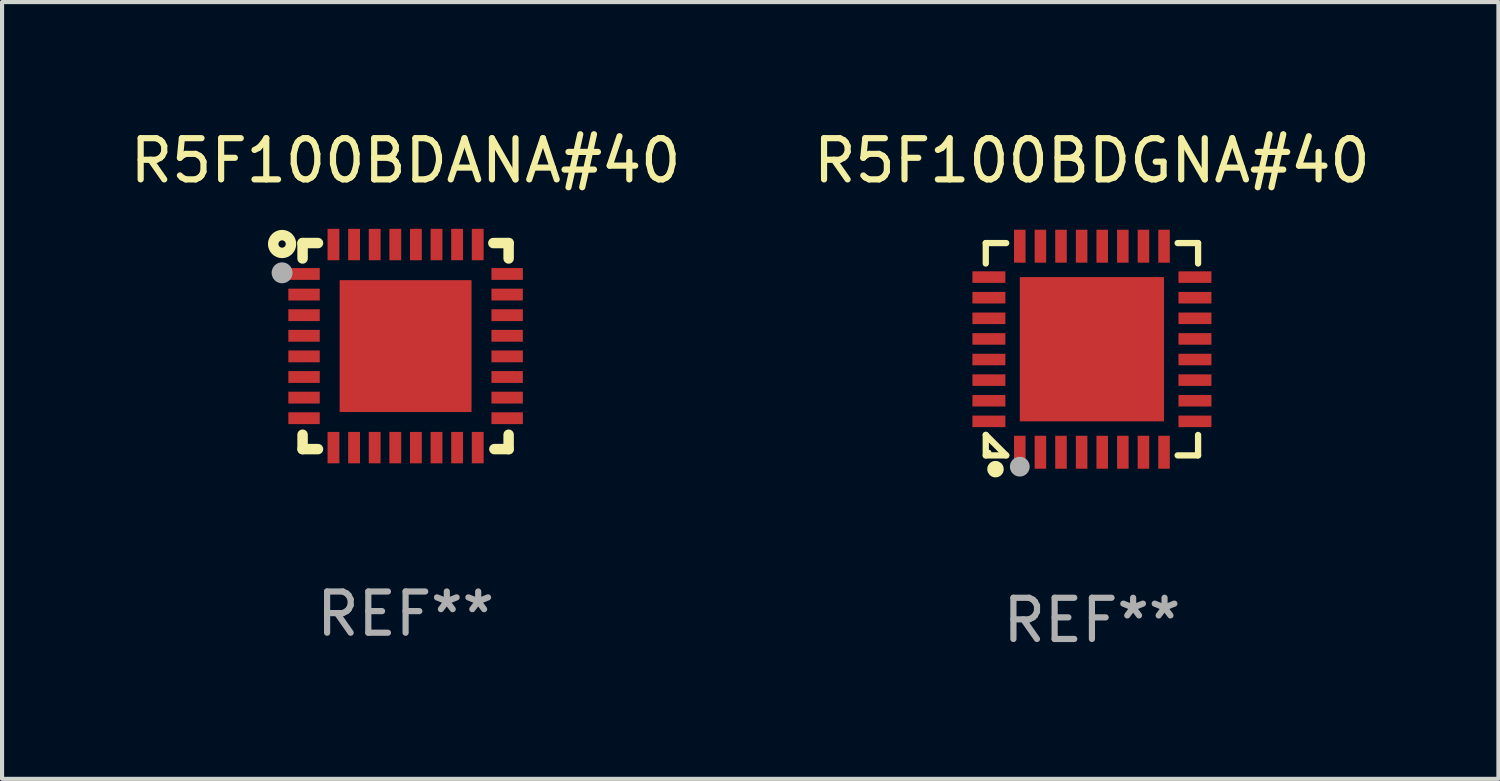
<source format=kicad_pcb>
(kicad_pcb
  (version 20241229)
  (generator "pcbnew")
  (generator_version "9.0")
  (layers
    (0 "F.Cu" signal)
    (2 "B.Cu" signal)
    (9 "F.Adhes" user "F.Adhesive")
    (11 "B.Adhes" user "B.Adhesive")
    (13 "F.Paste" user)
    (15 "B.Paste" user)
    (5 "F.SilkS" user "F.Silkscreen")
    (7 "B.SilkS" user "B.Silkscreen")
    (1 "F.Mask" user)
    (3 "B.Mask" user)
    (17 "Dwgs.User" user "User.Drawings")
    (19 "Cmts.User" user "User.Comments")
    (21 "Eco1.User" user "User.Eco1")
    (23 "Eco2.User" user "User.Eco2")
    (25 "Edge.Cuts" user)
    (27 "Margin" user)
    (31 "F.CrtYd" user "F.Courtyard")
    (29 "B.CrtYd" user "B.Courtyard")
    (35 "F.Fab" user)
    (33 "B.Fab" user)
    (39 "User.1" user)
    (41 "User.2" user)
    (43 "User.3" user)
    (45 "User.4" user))
  (footprint "R5F100BDGNA#40"
    (layer "F.Cu")
    (at 23.446 5.424)
    (property "Reference" "R5F100BDGNA#40" (at 0 -4.576 0) (layer "F.SilkS") (effects (font (size 1 1) (thickness 0.15))))
    (attr through_hole)
    (fp_line (start -2.576 -2.576) (end -2.08 -2.576) (stroke (width 0.152) (type solid)) (layer "F.SilkS"))
    (fp_line (start -2.576 -2.08) (end -2.576 -2.576) (stroke (width 0.152) (type solid)) (layer "F.SilkS"))
    (fp_line (start -2.576 2.08) (end -2.576 2.576) (stroke (width 0.152) (type solid)) (layer "F.SilkS"))
    (fp_line (start -2.576 2.08) (end -2.08 2.576) (stroke (width 0.152) (type solid)) (layer "F.SilkS"))
    (fp_line (start -2.576 2.576) (end -2.08 2.576) (stroke (width 0.152) (type solid)) (layer "F.SilkS"))
    (fp_line (start 2.576 -2.576) (end 2.08 -2.576) (stroke (width 0.152) (type solid)) (layer "F.SilkS"))
    (fp_line (start 2.576 -2.08) (end 2.576 -2.576) (stroke (width 0.152) (type solid)) (layer "F.SilkS"))
    (fp_line (start 2.576 2.08) (end 2.576 2.576) (stroke (width 0.152) (type solid)) (layer "F.SilkS"))
    (fp_line (start 2.576 2.576) (end 2.08 2.576) (stroke (width 0.152) (type solid)) (layer "F.SilkS"))
    (fp_circle (center -2.5 2.5) (end -2.47 2.5) (stroke (width 0.06) (type solid)) (fill no) (layer "F.SilkS"))
    (fp_circle (center -2.34 2.91) (end -2.24 2.91) (stroke (width 0.2) (type solid)) (fill no) (layer "F.SilkS"))
    (fp_circle (center -1.75 2.85) (end -1.63 2.85) (stroke (width 0.24) (type solid)) (fill no) (layer "F.Fab"))
    (fp_text user "REF**" (at 0 6.576 0) (layer "F.Fab") (effects (font (size 1 1) (thickness 0.15))))
    (pad "1" smd rect (at -1.75 2.5) (size 0.28 0.8) (layers "F.Cu" "F.Mask" "F.Paste"))
    (pad "2" smd rect (at -1.25 2.5) (size 0.28 0.8) (layers "F.Cu" "F.Mask" "F.Paste"))
    (pad "3" smd rect (at -0.75 2.5) (size 0.28 0.8) (layers "F.Cu" "F.Mask" "F.Paste"))
    (pad "4" smd rect (at -0.25 2.5) (size 0.28 0.8) (layers "F.Cu" "F.Mask" "F.Paste"))
    (pad "5" smd rect (at 0.25 2.5) (size 0.28 0.8) (layers "F.Cu" "F.Mask" "F.Paste"))
    (pad "6" smd rect (at 0.75 2.5) (size 0.28 0.8) (layers "F.Cu" "F.Mask" "F.Paste"))
    (pad "7" smd rect (at 1.25 2.5) (size 0.28 0.8) (layers "F.Cu" "F.Mask" "F.Paste"))
    (pad "8" smd rect (at 1.75 2.5) (size 0.28 0.8) (layers "F.Cu" "F.Mask" "F.Paste"))
    (pad "9" smd rect (at 2.5 1.75) (size 0.8 0.28) (layers "F.Cu" "F.Mask" "F.Paste"))
    (pad "10" smd rect (at 2.5 1.25) (size 0.8 0.28) (layers "F.Cu" "F.Mask" "F.Paste"))
    (pad "11" smd rect (at 2.5 0.75) (size 0.8 0.28) (layers "F.Cu" "F.Mask" "F.Paste"))
    (pad "12" smd rect (at 2.5 0.25) (size 0.8 0.28) (layers "F.Cu" "F.Mask" "F.Paste"))
    (pad "13" smd rect (at 2.5 -0.25) (size 0.8 0.28) (layers "F.Cu" "F.Mask" "F.Paste"))
    (pad "14" smd rect (at 2.5 -0.75) (size 0.8 0.28) (layers "F.Cu" "F.Mask" "F.Paste"))
    (pad "15" smd rect (at 2.5 -1.25) (size 0.8 0.28) (layers "F.Cu" "F.Mask" "F.Paste"))
    (pad "16" smd rect (at 2.5 -1.75) (size 0.8 0.28) (layers "F.Cu" "F.Mask" "F.Paste"))
    (pad "17" smd rect (at 1.75 -2.5) (size 0.28 0.8) (layers "F.Cu" "F.Mask" "F.Paste"))
    (pad "18" smd rect (at 1.25 -2.5) (size 0.28 0.8) (layers "F.Cu" "F.Mask" "F.Paste"))
    (pad "19" smd rect (at 0.75 -2.5) (size 0.28 0.8) (layers "F.Cu" "F.Mask" "F.Paste"))
    (pad "20" smd rect (at 0.25 -2.5) (size 0.28 0.8) (layers "F.Cu" "F.Mask" "F.Paste"))
    (pad "21" smd rect (at -0.25 -2.5) (size 0.28 0.8) (layers "F.Cu" "F.Mask" "F.Paste"))
    (pad "22" smd rect (at -0.75 -2.5) (size 0.28 0.8) (layers "F.Cu" "F.Mask" "F.Paste"))
    (pad "23" smd rect (at -1.25 -2.5) (size 0.28 0.8) (layers "F.Cu" "F.Mask" "F.Paste"))
    (pad "24" smd rect (at -1.75 -2.5) (size 0.28 0.8) (layers "F.Cu" "F.Mask" "F.Paste"))
    (pad "25" smd rect (at -2.5 -1.75) (size 0.8 0.28) (layers "F.Cu" "F.Mask" "F.Paste"))
    (pad "26" smd rect (at -2.5 -1.25) (size 0.8 0.28) (layers "F.Cu" "F.Mask" "F.Paste"))
    (pad "27" smd rect (at -2.5 -0.75) (size 0.8 0.28) (layers "F.Cu" "F.Mask" "F.Paste"))
    (pad "28" smd rect (at -2.5 -0.25) (size 0.8 0.28) (layers "F.Cu" "F.Mask" "F.Paste"))
    (pad "29" smd rect (at -2.5 0.25) (size 0.8 0.28) (layers "F.Cu" "F.Mask" "F.Paste"))
    (pad "30" smd rect (at -2.5 0.75) (size 0.8 0.28) (layers "F.Cu" "F.Mask" "F.Paste"))
    (pad "31" smd rect (at -2.5 1.25) (size 0.8 0.28) (layers "F.Cu" "F.Mask" "F.Paste"))
    (pad "32" smd rect (at -2.5 1.75) (size 0.8 0.28) (layers "F.Cu" "F.Mask" "F.Paste"))
    (pad "33" smd rect (at 0 0) (size 3.5 3.5) (layers "F.Cu" "F.Mask" "F.Paste")))
  (footprint "R5F100BDANA#40"
    (layer "F.Cu")
    (at 6.792 5.348)
    (property "Reference" "R5F100BDANA#40" (at 0 -4.5 0) (layer "F.SilkS") (effects (font (size 1 1) (thickness 0.15))))
    (attr through_hole)
    (fp_line (start -2.5 -2.5) (end -2.5 -2.126) (stroke (width 0.254) (type solid)) (layer "F.SilkS"))
    (fp_line (start -2.5 -2.5) (end -2.126 -2.5) (stroke (width 0.254) (type solid)) (layer "F.SilkS"))
    (fp_line (start -2.5 2.151) (end -2.5 2.5) (stroke (width 0.254) (type solid)) (layer "F.SilkS"))
    (fp_line (start -2.126 2.5) (end -2.5 2.5) (stroke (width 0.254) (type solid)) (layer "F.SilkS"))
    (fp_line (start 2.129 -2.5) (end 2.5 -2.5) (stroke (width 0.254) (type solid)) (layer "F.SilkS"))
    (fp_line (start 2.5 -2.5) (end 2.5 -2.126) (stroke (width 0.254) (type solid)) (layer "F.SilkS"))
    (fp_line (start 2.5 2.151) (end 2.5 2.5) (stroke (width 0.254) (type solid)) (layer "F.SilkS"))
    (fp_line (start 2.5 2.5) (end 2.154 2.5) (stroke (width 0.254) (type solid)) (layer "F.SilkS"))
    (fp_circle (center -2.997 -2.477) (end -2.908 -2.477) (stroke (width 0.254) (type solid)) (fill no) (layer "F.SilkS"))
    (fp_circle (center -2.45 -2.45) (end -2.4 -2.45) (stroke (width 0.1) (type solid)) (fill no) (layer "F.SilkS"))
    (fp_circle (center -2.997 -1.778) (end -2.87 -1.778) (stroke (width 0.254) (type solid)) (fill no) (layer "F.Fab"))
    (fp_text user "REF**" (at 0 6.5 0) (layer "F.Fab") (effects (font (size 1 1) (thickness 0.15))))
    (pad "1" smd rect (at -2.464 -1.75) (size 0.762 0.287) (layers "F.Cu" "F.Mask" "F.Paste"))
    (pad "2" smd rect (at -2.464 -1.25) (size 0.762 0.287) (layers "F.Cu" "F.Mask" "F.Paste"))
    (pad "3" smd rect (at -2.464 -0.75) (size 0.762 0.287) (layers "F.Cu" "F.Mask" "F.Paste"))
    (pad "4" smd rect (at -2.464 -0.25) (size 0.762 0.287) (layers "F.Cu" "F.Mask" "F.Paste"))
    (pad "5" smd rect (at -2.464 0.25) (size 0.762 0.287) (layers "F.Cu" "F.Mask" "F.Paste"))
    (pad "6" smd rect (at -2.464 0.75) (size 0.762 0.287) (layers "F.Cu" "F.Mask" "F.Paste"))
    (pad "7" smd rect (at -2.464 1.25) (size 0.762 0.287) (layers "F.Cu" "F.Mask" "F.Paste"))
    (pad "8" smd rect (at -2.464 1.75) (size 0.762 0.287) (layers "F.Cu" "F.Mask" "F.Paste"))
    (pad "9" smd rect (at -1.75 2.464) (size 0.287 0.762) (layers "F.Cu" "F.Mask" "F.Paste"))
    (pad "10" smd rect (at -1.25 2.464) (size 0.287 0.762) (layers "F.Cu" "F.Mask" "F.Paste"))
    (pad "11" smd rect (at -0.75 2.464) (size 0.287 0.762) (layers "F.Cu" "F.Mask" "F.Paste"))
    (pad "12" smd rect (at -0.25 2.464) (size 0.287 0.762) (layers "F.Cu" "F.Mask" "F.Paste"))
    (pad "13" smd rect (at 0.25 2.464) (size 0.287 0.762) (layers "F.Cu" "F.Mask" "F.Paste"))
    (pad "14" smd rect (at 0.75 2.464) (size 0.287 0.762) (layers "F.Cu" "F.Mask" "F.Paste"))
    (pad "15" smd rect (at 1.25 2.464) (size 0.287 0.762) (layers "F.Cu" "F.Mask" "F.Paste"))
    (pad "16" smd rect (at 1.75 2.464) (size 0.287 0.762) (layers "F.Cu" "F.Mask" "F.Paste"))
    (pad "17" smd rect (at 2.464 1.75) (size 0.762 0.287) (layers "F.Cu" "F.Mask" "F.Paste"))
    (pad "18" smd rect (at 2.464 1.25) (size 0.762 0.287) (layers "F.Cu" "F.Mask" "F.Paste"))
    (pad "19" smd rect (at 2.464 0.75) (size 0.762 0.287) (layers "F.Cu" "F.Mask" "F.Paste"))
    (pad "20" smd rect (at 2.464 0.25) (size 0.762 0.287) (layers "F.Cu" "F.Mask" "F.Paste"))
    (pad "21" smd rect (at 2.464 -0.25) (size 0.762 0.287) (layers "F.Cu" "F.Mask" "F.Paste"))
    (pad "22" smd rect (at 2.464 -0.75) (size 0.762 0.287) (layers "F.Cu" "F.Mask" "F.Paste"))
    (pad "23" smd rect (at 2.464 -1.25) (size 0.762 0.287) (layers "F.Cu" "F.Mask" "F.Paste"))
    (pad "24" smd rect (at 2.464 -1.75) (size 0.762 0.287) (layers "F.Cu" "F.Mask" "F.Paste"))
    (pad "25" smd rect (at 1.75 -2.464) (size 0.287 0.762) (layers "F.Cu" "F.Mask" "F.Paste"))
    (pad "26" smd rect (at 1.25 -2.464) (size 0.287 0.762) (layers "F.Cu" "F.Mask" "F.Paste"))
    (pad "27" smd rect (at 0.75 -2.464) (size 0.287 0.762) (layers "F.Cu" "F.Mask" "F.Paste"))
    (pad "28" smd rect (at 0.25 -2.464) (size 0.287 0.762) (layers "F.Cu" "F.Mask" "F.Paste"))
    (pad "29" smd rect (at -0.25 -2.464) (size 0.287 0.762) (layers "F.Cu" "F.Mask" "F.Paste"))
    (pad "30" smd rect (at -0.75 -2.464) (size 0.287 0.762) (layers "F.Cu" "F.Mask" "F.Paste"))
    (pad "31" smd rect (at -1.25 -2.464) (size 0.287 0.762) (layers "F.Cu" "F.Mask" "F.Paste"))
    (pad "32" smd rect (at -1.75 -2.464) (size 0.287 0.762) (layers "F.Cu" "F.Mask" "F.Paste"))
    (pad "33" smd rect (at 0 0) (size 3.2 3.2) (layers "F.Cu" "F.Mask" "F.Paste")))
  (gr_rect
    (start -3 -3)
    (end 33.31 15.849)
    (stroke (width 0.1) (type default))
    (fill no)
    (layer "Edge.Cuts")))
</source>
